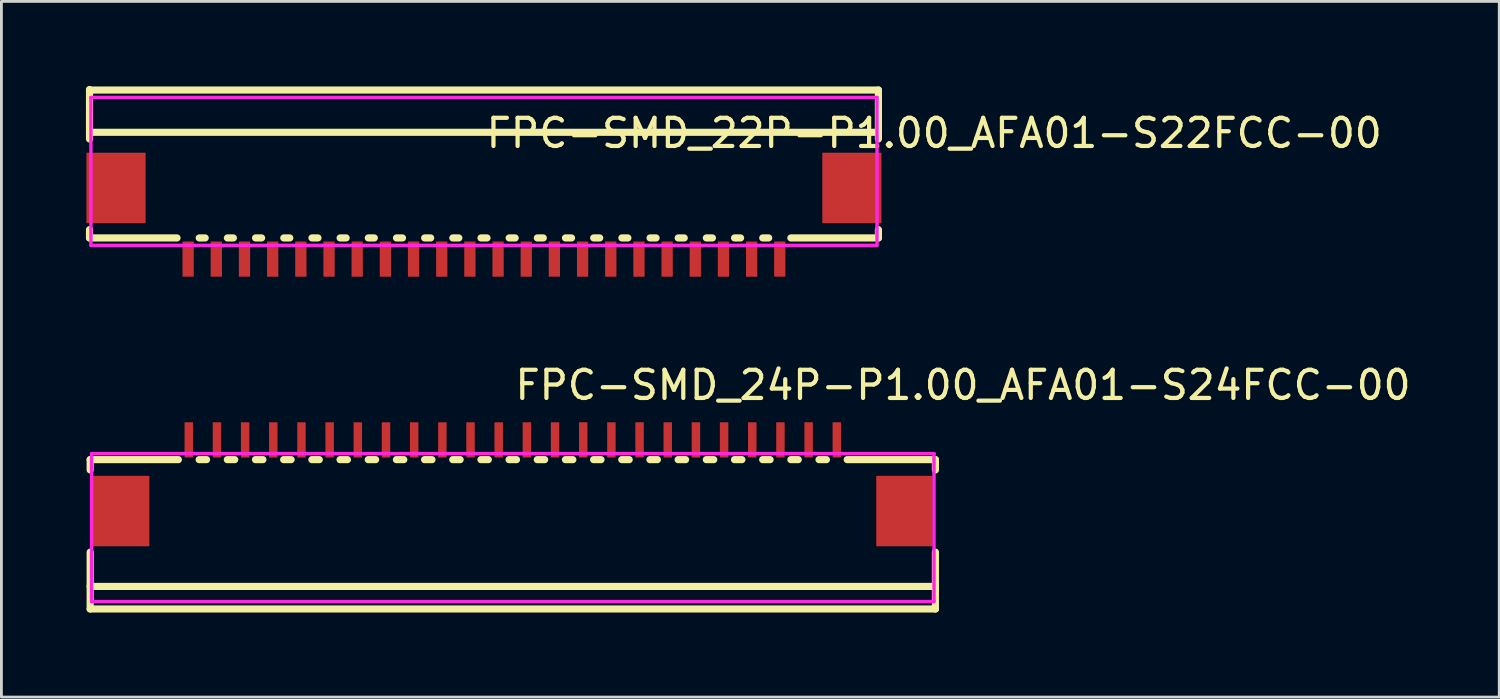
<source format=kicad_pcb>
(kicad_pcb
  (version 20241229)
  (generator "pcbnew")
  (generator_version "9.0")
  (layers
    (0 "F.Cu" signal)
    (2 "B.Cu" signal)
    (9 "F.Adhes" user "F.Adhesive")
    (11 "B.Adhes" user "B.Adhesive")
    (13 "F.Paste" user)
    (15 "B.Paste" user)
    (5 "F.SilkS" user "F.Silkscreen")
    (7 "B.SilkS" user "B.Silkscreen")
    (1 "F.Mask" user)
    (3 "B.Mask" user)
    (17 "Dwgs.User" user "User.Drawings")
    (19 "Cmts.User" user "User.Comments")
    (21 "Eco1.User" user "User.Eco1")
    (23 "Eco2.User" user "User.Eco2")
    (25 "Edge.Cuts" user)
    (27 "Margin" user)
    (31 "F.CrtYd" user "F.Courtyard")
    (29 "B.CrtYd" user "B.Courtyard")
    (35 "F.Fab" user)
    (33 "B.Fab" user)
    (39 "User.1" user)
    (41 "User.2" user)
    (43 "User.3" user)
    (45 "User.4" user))
  (footprint "FPC-SMD_22P-P1.00_AFA01-S22FCC-00"
    (layer "F.Cu")
    (at 14.127 4.883)
    (property "Reference" "FPC-SMD_22P-P1.00_AFA01-S22FCC-00" (at 0 -3.207 0) (layer "F.SilkS") (effects (font (size 1 1) (thickness 0.15)) (justify left)))
    (attr through_hole)
    (fp_line (start -14 -3.238) (end 14 -3.238) (stroke (width 0.254) (type solid)) (layer "F.SilkS"))
    (fp_line (start -14 -3) (end -14 -4.756) (stroke (width 0.254) (type solid)) (layer "F.SilkS"))
    (fp_line (start -14 0.512) (end -14 0.218) (stroke (width 0.254) (type solid)) (layer "F.SilkS"))
    (fp_line (start -10.894 0.512) (end -14 0.512) (stroke (width 0.254) (type solid)) (layer "F.SilkS"))
    (fp_line (start -9.894 0.512) (end -10.106 0.512) (stroke (width 0.254) (type solid)) (layer "F.SilkS"))
    (fp_line (start -8.894 0.512) (end -9.106 0.512) (stroke (width 0.254) (type solid)) (layer "F.SilkS"))
    (fp_line (start -7.892 0.512) (end -8.106 0.512) (stroke (width 0.254) (type solid)) (layer "F.SilkS"))
    (fp_line (start -6.892 0.512) (end -7.105 0.512) (stroke (width 0.254) (type solid)) (layer "F.SilkS"))
    (fp_line (start -5.892 0.512) (end -6.105 0.512) (stroke (width 0.254) (type solid)) (layer "F.SilkS"))
    (fp_line (start -4.892 0.512) (end -5.105 0.512) (stroke (width 0.254) (type solid)) (layer "F.SilkS"))
    (fp_line (start -3.892 0.512) (end -4.105 0.512) (stroke (width 0.254) (type solid)) (layer "F.SilkS"))
    (fp_line (start -2.892 0.512) (end -3.105 0.512) (stroke (width 0.254) (type solid)) (layer "F.SilkS"))
    (fp_line (start -1.892 0.512) (end -2.105 0.512) (stroke (width 0.254) (type solid)) (layer "F.SilkS"))
    (fp_line (start -0.892 0.512) (end -1.105 0.512) (stroke (width 0.254) (type solid)) (layer "F.SilkS"))
    (fp_line (start 0.108 0.512) (end -0.105 0.512) (stroke (width 0.254) (type solid)) (layer "F.SilkS"))
    (fp_line (start 1.108 0.512) (end 0.895 0.512) (stroke (width 0.254) (type solid)) (layer "F.SilkS"))
    (fp_line (start 2.105 0.512) (end 1.895 0.512) (stroke (width 0.254) (type solid)) (layer "F.SilkS"))
    (fp_line (start 3.108 0.512) (end 2.893 0.512) (stroke (width 0.254) (type solid)) (layer "F.SilkS"))
    (fp_line (start 4.108 0.512) (end 3.895 0.512) (stroke (width 0.254) (type solid)) (layer "F.SilkS"))
    (fp_line (start 5.108 0.512) (end 4.895 0.512) (stroke (width 0.254) (type solid)) (layer "F.SilkS"))
    (fp_line (start 6.108 0.512) (end 5.895 0.512) (stroke (width 0.254) (type solid)) (layer "F.SilkS"))
    (fp_line (start 7.108 0.512) (end 6.894 0.512) (stroke (width 0.254) (type solid)) (layer "F.SilkS"))
    (fp_line (start 8.108 0.512) (end 7.894 0.512) (stroke (width 0.254) (type solid)) (layer "F.SilkS"))
    (fp_line (start 9.108 0.512) (end 8.894 0.512) (stroke (width 0.254) (type solid)) (layer "F.SilkS"))
    (fp_line (start 10.105 0.512) (end 9.894 0.512) (stroke (width 0.254) (type solid)) (layer "F.SilkS"))
    (fp_line (start 14 -4.738) (end -14 -4.738) (stroke (width 0.254) (type solid)) (layer "F.SilkS"))
    (fp_line (start 14 -4.738) (end 14 -3) (stroke (width 0.254) (type solid)) (layer "F.SilkS"))
    (fp_line (start 14 0.218) (end 14 0.512) (stroke (width 0.254) (type solid)) (layer "F.SilkS"))
    (fp_line (start 14 0.512) (end 10.893 0.512) (stroke (width 0.254) (type solid)) (layer "F.SilkS"))
    (fp_circle (center 13.95 1.477) (end 14.05 1.477) (stroke (width 0.2) (type solid)) (fill no) (layer "Eco2.User"))
    (fp_poly (pts (xy -12.158 -0.263) (xy -13.958 -0.263) (xy -13.958 -2.263) (xy -12.158 -2.263)) (stroke (width 0.12) (type solid)) (fill no) (layer "Eco2.User"))
    (fp_poly (pts (xy -10.4 1.478) (xy -10.6 1.478) (xy -10.6 0.728) (xy -10.4 0.728)) (stroke (width 0.12) (type solid)) (fill no) (layer "Eco2.User"))
    (fp_poly (pts (xy -9.4 1.478) (xy -9.6 1.478) (xy -9.6 0.728) (xy -9.4 0.728)) (stroke (width 0.12) (type solid)) (fill no) (layer "Eco2.User"))
    (fp_poly (pts (xy -8.4 1.478) (xy -8.6 1.478) (xy -8.6 0.728) (xy -8.4 0.728)) (stroke (width 0.12) (type solid)) (fill no) (layer "Eco2.User"))
    (fp_poly (pts (xy -7.399 1.479) (xy -7.599 1.479) (xy -7.599 0.729) (xy -7.399 0.729)) (stroke (width 0.12) (type solid)) (fill no) (layer "Eco2.User"))
    (fp_poly (pts (xy -6.399 1.479) (xy -6.599 1.479) (xy -6.599 0.729) (xy -6.399 0.729)) (stroke (width 0.12) (type solid)) (fill no) (layer "Eco2.User"))
    (fp_poly (pts (xy -5.399 1.479) (xy -5.599 1.479) (xy -5.599 0.729) (xy -5.399 0.729)) (stroke (width 0.12) (type solid)) (fill no) (layer "Eco2.User"))
    (fp_poly (pts (xy -4.399 1.479) (xy -4.599 1.479) (xy -4.599 0.729) (xy -4.399 0.729)) (stroke (width 0.12) (type solid)) (fill no) (layer "Eco2.User"))
    (fp_poly (pts (xy -3.399 1.479) (xy -3.599 1.479) (xy -3.599 0.729) (xy -3.399 0.729)) (stroke (width 0.12) (type solid)) (fill no) (layer "Eco2.User"))
    (fp_poly (pts (xy -2.399 1.479) (xy -2.599 1.479) (xy -2.599 0.729) (xy -2.399 0.729)) (stroke (width 0.12) (type solid)) (fill no) (layer "Eco2.User"))
    (fp_poly (pts (xy -1.399 1.479) (xy -1.599 1.479) (xy -1.599 0.729) (xy -1.399 0.729)) (stroke (width 0.12) (type solid)) (fill no) (layer "Eco2.User"))
    (fp_poly (pts (xy -0.399 1.479) (xy -0.599 1.479) (xy -0.599 0.729) (xy -0.399 0.729)) (stroke (width 0.12) (type solid)) (fill no) (layer "Eco2.User"))
    (fp_poly (pts (xy 0.601 1.479) (xy 0.401 1.479) (xy 0.401 0.729) (xy 0.601 0.729)) (stroke (width 0.12) (type solid)) (fill no) (layer "Eco2.User"))
    (fp_poly (pts (xy 1.601 1.479) (xy 1.401 1.479) (xy 1.401 0.729) (xy 1.601 0.729)) (stroke (width 0.12) (type solid)) (fill no) (layer "Eco2.User"))
    (fp_poly (pts (xy 2.599 1.477) (xy 2.399 1.477) (xy 2.399 0.727) (xy 2.599 0.727)) (stroke (width 0.12) (type solid)) (fill no) (layer "Eco2.User"))
    (fp_poly (pts (xy 3.601 1.479) (xy 3.401 1.479) (xy 3.401 0.729) (xy 3.601 0.729)) (stroke (width 0.12) (type solid)) (fill no) (layer "Eco2.User"))
    (fp_poly (pts (xy 4.601 1.479) (xy 4.401 1.479) (xy 4.401 0.729) (xy 4.601 0.729)) (stroke (width 0.12) (type solid)) (fill no) (layer "Eco2.User"))
    (fp_poly (pts (xy 5.601 1.479) (xy 5.401 1.479) (xy 5.401 0.729) (xy 5.601 0.729)) (stroke (width 0.12) (type solid)) (fill no) (layer "Eco2.User"))
    (fp_poly (pts (xy 6.601 1.479) (xy 6.401 1.479) (xy 6.401 0.729) (xy 6.601 0.729)) (stroke (width 0.12) (type solid)) (fill no) (layer "Eco2.User"))
    (fp_poly (pts (xy 7.601 1.479) (xy 7.401 1.479) (xy 7.401 0.729) (xy 7.601 0.729)) (stroke (width 0.12) (type solid)) (fill no) (layer "Eco2.User"))
    (fp_poly (pts (xy 8.601 1.479) (xy 8.401 1.479) (xy 8.401 0.729) (xy 8.601 0.729)) (stroke (width 0.12) (type solid)) (fill no) (layer "Eco2.User"))
    (fp_poly (pts (xy 9.601 1.479) (xy 9.401 1.479) (xy 9.401 0.729) (xy 9.601 0.729)) (stroke (width 0.12) (type solid)) (fill no) (layer "Eco2.User"))
    (fp_poly (pts (xy 10.599 1.477) (xy 10.399 1.477) (xy 10.399 0.727) (xy 10.599 0.727)) (stroke (width 0.12) (type solid)) (fill no) (layer "Eco2.User"))
    (fp_poly (pts (xy 13.958 -0.263) (xy 12.158 -0.263) (xy 12.158 -2.263) (xy 13.958 -2.263)) (stroke (width 0.12) (type solid)) (fill no) (layer "Eco2.User"))
    (fp_line (start -13.95 -4.475) (end 13.95 -4.475) (stroke (width 0.12) (type solid)) (layer "F.CrtYd"))
    (fp_line (start -13.95 0.775) (end -13.95 -4.475) (stroke (width 0.12) (type solid)) (layer "F.CrtYd"))
    (fp_line (start 13.95 -4.475) (end 13.95 0.775) (stroke (width 0.12) (type solid)) (layer "F.CrtYd"))
    (fp_line (start 13.95 0.775) (end -13.95 0.775) (stroke (width 0.12) (type solid)) (layer "F.CrtYd"))
    (pad "1" smd rect (at 10.499 1.261 180) (size 0.4 1.25) (layers "F.Cu" "F.Mask" "F.Paste"))
    (pad "2" smd rect (at 9.501 1.263 180) (size 0.4 1.25) (layers "F.Cu" "F.Mask" "F.Paste"))
    (pad "3" smd rect (at 8.501 1.263 180) (size 0.4 1.25) (layers "F.Cu" "F.Mask" "F.Paste"))
    (pad "4" smd rect (at 7.501 1.263 180) (size 0.4 1.25) (layers "F.Cu" "F.Mask" "F.Paste"))
    (pad "5" smd rect (at 6.501 1.263 180) (size 0.4 1.25) (layers "F.Cu" "F.Mask" "F.Paste"))
    (pad "6" smd rect (at 5.501 1.263 180) (size 0.4 1.25) (layers "F.Cu" "F.Mask" "F.Paste"))
    (pad "7" smd rect (at 4.501 1.263 180) (size 0.4 1.25) (layers "F.Cu" "F.Mask" "F.Paste"))
    (pad "8" smd rect (at 3.501 1.263 180) (size 0.4 1.25) (layers "F.Cu" "F.Mask" "F.Paste"))
    (pad "9" smd rect (at 2.499 1.261 180) (size 0.4 1.25) (layers "F.Cu" "F.Mask" "F.Paste"))
    (pad "10" smd rect (at 1.501 1.263 180) (size 0.4 1.25) (layers "F.Cu" "F.Mask" "F.Paste"))
    (pad "11" smd rect (at 0.501 1.263 180) (size 0.4 1.25) (layers "F.Cu" "F.Mask" "F.Paste"))
    (pad "12" smd rect (at -0.499 1.263 180) (size 0.4 1.25) (layers "F.Cu" "F.Mask" "F.Paste"))
    (pad "13" smd rect (at -1.499 1.263 180) (size 0.4 1.25) (layers "F.Cu" "F.Mask" "F.Paste"))
    (pad "14" smd rect (at -2.499 1.263 180) (size 0.4 1.25) (layers "F.Cu" "F.Mask" "F.Paste"))
    (pad "15" smd rect (at -3.499 1.263 180) (size 0.4 1.25) (layers "F.Cu" "F.Mask" "F.Paste"))
    (pad "16" smd rect (at -4.499 1.263 180) (size 0.4 1.25) (layers "F.Cu" "F.Mask" "F.Paste"))
    (pad "17" smd rect (at -5.499 1.263 180) (size 0.4 1.25) (layers "F.Cu" "F.Mask" "F.Paste"))
    (pad "18" smd rect (at -6.499 1.263 180) (size 0.4 1.25) (layers "F.Cu" "F.Mask" "F.Paste"))
    (pad "19" smd rect (at -7.499 1.263 180) (size 0.4 1.25) (layers "F.Cu" "F.Mask" "F.Paste"))
    (pad "20" smd rect (at -8.5 1.262 180) (size 0.4 1.25) (layers "F.Cu" "F.Mask" "F.Paste"))
    (pad "21" smd rect (at -9.5 1.262 180) (size 0.4 1.25) (layers "F.Cu" "F.Mask" "F.Paste"))
    (pad "22" smd rect (at -10.5 1.262 180) (size 0.4 1.25) (layers "F.Cu" "F.Mask" "F.Paste"))
    (pad "23" smd rect (at -13.058 -1.263 180) (size 2.1 2.5) (layers "F.Cu" "F.Mask" "F.Paste"))
    (pad "24" smd rect (at 13.058 -1.263 180) (size 2.1 2.5) (layers "F.Cu" "F.Mask" "F.Paste")))
  (footprint "FPC-SMD_24P-P1.00_AFA01-S24FCC-00"
    (layer "F.Cu")
    (at 15.15 13.826)
    (property "Reference" "FPC-SMD_24P-P1.00_AFA01-S24FCC-00" (at 0 -3.207 0) (layer "F.SilkS") (effects (font (size 1 1) (thickness 0.15)) (justify left)))
    (attr through_hole)
    (fp_line (start -15 -0.562) (end -11.869 -0.562) (stroke (width 0.254) (type solid)) (layer "F.SilkS"))
    (fp_line (start -15 -0.196) (end -15 -0.562) (stroke (width 0.254) (type solid)) (layer "F.SilkS"))
    (fp_line (start -15 4.738) (end -15 2.721) (stroke (width 0.254) (type solid)) (layer "F.SilkS"))
    (fp_line (start -11.131 -0.562) (end -10.869 -0.562) (stroke (width 0.254) (type solid)) (layer "F.SilkS"))
    (fp_line (start -10.132 -0.562) (end -9.869 -0.562) (stroke (width 0.254) (type solid)) (layer "F.SilkS"))
    (fp_line (start -9.132 -0.562) (end -8.869 -0.562) (stroke (width 0.254) (type solid)) (layer "F.SilkS"))
    (fp_line (start -8.132 -0.562) (end -7.868 -0.562) (stroke (width 0.254) (type solid)) (layer "F.SilkS"))
    (fp_line (start -7.131 -0.562) (end -6.868 -0.562) (stroke (width 0.254) (type solid)) (layer "F.SilkS"))
    (fp_line (start -6.131 -0.562) (end -5.868 -0.562) (stroke (width 0.254) (type solid)) (layer "F.SilkS"))
    (fp_line (start -5.131 -0.562) (end -4.868 -0.562) (stroke (width 0.254) (type solid)) (layer "F.SilkS"))
    (fp_line (start -4.131 -0.562) (end -3.868 -0.562) (stroke (width 0.254) (type solid)) (layer "F.SilkS"))
    (fp_line (start -3.131 -0.562) (end -2.868 -0.562) (stroke (width 0.254) (type solid)) (layer "F.SilkS"))
    (fp_line (start -2.131 -0.562) (end -1.869 -0.562) (stroke (width 0.254) (type solid)) (layer "F.SilkS"))
    (fp_line (start -1.131 -0.562) (end -0.869 -0.562) (stroke (width 0.254) (type solid)) (layer "F.SilkS"))
    (fp_line (start -0.131 -0.562) (end 0.131 -0.562) (stroke (width 0.254) (type solid)) (layer "F.SilkS"))
    (fp_line (start 0.869 -0.562) (end 1.131 -0.562) (stroke (width 0.254) (type solid)) (layer "F.SilkS"))
    (fp_line (start 1.869 -0.562) (end 2.131 -0.562) (stroke (width 0.254) (type solid)) (layer "F.SilkS"))
    (fp_line (start 2.868 -0.562) (end 3.131 -0.562) (stroke (width 0.254) (type solid)) (layer "F.SilkS"))
    (fp_line (start 3.868 -0.562) (end 4.131 -0.562) (stroke (width 0.254) (type solid)) (layer "F.SilkS"))
    (fp_line (start 4.868 -0.562) (end 5.132 -0.562) (stroke (width 0.254) (type solid)) (layer "F.SilkS"))
    (fp_line (start 5.869 -0.562) (end 6.132 -0.562) (stroke (width 0.254) (type solid)) (layer "F.SilkS"))
    (fp_line (start 6.869 -0.562) (end 7.132 -0.562) (stroke (width 0.254) (type solid)) (layer "F.SilkS"))
    (fp_line (start 7.869 -0.562) (end 8.132 -0.562) (stroke (width 0.254) (type solid)) (layer "F.SilkS"))
    (fp_line (start 8.869 -0.562) (end 9.132 -0.562) (stroke (width 0.254) (type solid)) (layer "F.SilkS"))
    (fp_line (start 9.869 -0.562) (end 10.132 -0.562) (stroke (width 0.254) (type solid)) (layer "F.SilkS"))
    (fp_line (start 10.869 -0.562) (end 11.131 -0.562) (stroke (width 0.254) (type solid)) (layer "F.SilkS"))
    (fp_line (start 11.869 -0.562) (end 15 -0.562) (stroke (width 0.254) (type solid)) (layer "F.SilkS"))
    (fp_line (start 15 -0.562) (end 15 -0.196) (stroke (width 0.254) (type solid)) (layer "F.SilkS"))
    (fp_line (start 15 2.721) (end 15 4.738) (stroke (width 0.254) (type solid)) (layer "F.SilkS"))
    (fp_line (start 15 3.938) (end -15 3.938) (stroke (width 0.254) (type solid)) (layer "F.SilkS"))
    (fp_line (start 15 4.738) (end -15 4.738) (stroke (width 0.254) (type solid)) (layer "F.SilkS"))
    (fp_circle (center -14.95 -1.475) (end -14.85 -1.475) (stroke (width 0.2) (type solid)) (fill no) (layer "Eco2.User"))
    (fp_poly (pts (xy -13 2.263) (xy -14.8 2.263) (xy -14.8 0.263) (xy -13 0.263)) (stroke (width 0.12) (type solid)) (fill no) (layer "Eco2.User"))
    (fp_poly (pts (xy -11.4 -1.475) (xy -11.4 -0.725) (xy -11.6 -0.725) (xy -11.6 -1.475)) (stroke (width 0.12) (type solid)) (fill no) (layer "Eco2.User"))
    (fp_poly (pts (xy -10.4 -1.475) (xy -10.4 -0.725) (xy -10.6 -0.725) (xy -10.6 -1.475)) (stroke (width 0.12) (type solid)) (fill no) (layer "Eco2.User"))
    (fp_poly (pts (xy -9.4 -1.475) (xy -9.4 -0.725) (xy -9.6 -0.725) (xy -9.6 -1.475)) (stroke (width 0.12) (type solid)) (fill no) (layer "Eco2.User"))
    (fp_poly (pts (xy -8.4 -1.475) (xy -8.4 -0.725) (xy -8.6 -0.725) (xy -8.6 -1.475)) (stroke (width 0.12) (type solid)) (fill no) (layer "Eco2.User"))
    (fp_poly (pts (xy -7.4 -1.475) (xy -7.4 -0.725) (xy -7.6 -0.725) (xy -7.6 -1.475)) (stroke (width 0.12) (type solid)) (fill no) (layer "Eco2.User"))
    (fp_poly (pts (xy -6.4 -1.475) (xy -6.4 -0.725) (xy -6.6 -0.725) (xy -6.6 -1.475)) (stroke (width 0.12) (type solid)) (fill no) (layer "Eco2.User"))
    (fp_poly (pts (xy -5.4 -1.475) (xy -5.4 -0.725) (xy -5.6 -0.725) (xy -5.6 -1.475)) (stroke (width 0.12) (type solid)) (fill no) (layer "Eco2.User"))
    (fp_poly (pts (xy -4.4 -1.475) (xy -4.4 -0.725) (xy -4.6 -0.725) (xy -4.6 -1.475)) (stroke (width 0.12) (type solid)) (fill no) (layer "Eco2.User"))
    (fp_poly (pts (xy -3.4 -1.475) (xy -3.4 -0.725) (xy -3.6 -0.725) (xy -3.6 -1.475)) (stroke (width 0.12) (type solid)) (fill no) (layer "Eco2.User"))
    (fp_poly (pts (xy -2.4 -1.475) (xy -2.4 -0.725) (xy -2.6 -0.725) (xy -2.6 -1.475)) (stroke (width 0.12) (type solid)) (fill no) (layer "Eco2.User"))
    (fp_poly (pts (xy -1.4 -1.475) (xy -1.4 -0.725) (xy -1.6 -0.725) (xy -1.6 -1.475)) (stroke (width 0.12) (type solid)) (fill no) (layer "Eco2.User"))
    (fp_poly (pts (xy -0.4 -1.475) (xy -0.4 -0.725) (xy -0.6 -0.725) (xy -0.6 -1.475)) (stroke (width 0.12) (type solid)) (fill no) (layer "Eco2.User"))
    (fp_poly (pts (xy 0.6 -1.475) (xy 0.6 -0.725) (xy 0.4 -0.725) (xy 0.4 -1.475)) (stroke (width 0.12) (type solid)) (fill no) (layer "Eco2.User"))
    (fp_poly (pts (xy 1.6 -1.475) (xy 1.6 -0.725) (xy 1.4 -0.725) (xy 1.4 -1.475)) (stroke (width 0.12) (type solid)) (fill no) (layer "Eco2.User"))
    (fp_poly (pts (xy 2.6 -1.475) (xy 2.6 -0.725) (xy 2.4 -0.725) (xy 2.4 -1.475)) (stroke (width 0.12) (type solid)) (fill no) (layer "Eco2.User"))
    (fp_poly (pts (xy 3.6 -1.475) (xy 3.6 -0.725) (xy 3.4 -0.725) (xy 3.4 -1.475)) (stroke (width 0.12) (type solid)) (fill no) (layer "Eco2.User"))
    (fp_poly (pts (xy 4.6 -1.475) (xy 4.6 -0.725) (xy 4.4 -0.725) (xy 4.4 -1.475)) (stroke (width 0.12) (type solid)) (fill no) (layer "Eco2.User"))
    (fp_poly (pts (xy 5.6 -1.475) (xy 5.6 -0.725) (xy 5.4 -0.725) (xy 5.4 -1.475)) (stroke (width 0.12) (type solid)) (fill no) (layer "Eco2.User"))
    (fp_poly (pts (xy 6.6 -1.475) (xy 6.6 -0.725) (xy 6.4 -0.725) (xy 6.4 -1.475)) (stroke (width 0.12) (type solid)) (fill no) (layer "Eco2.User"))
    (fp_poly (pts (xy 7.6 -1.475) (xy 7.6 -0.725) (xy 7.4 -0.725) (xy 7.4 -1.475)) (stroke (width 0.12) (type solid)) (fill no) (layer "Eco2.User"))
    (fp_poly (pts (xy 8.6 -1.475) (xy 8.6 -0.725) (xy 8.4 -0.725) (xy 8.4 -1.475)) (stroke (width 0.12) (type solid)) (fill no) (layer "Eco2.User"))
    (fp_poly (pts (xy 9.6 -1.475) (xy 9.6 -0.725) (xy 9.4 -0.725) (xy 9.4 -1.475)) (stroke (width 0.12) (type solid)) (fill no) (layer "Eco2.User"))
    (fp_poly (pts (xy 10.6 -1.475) (xy 10.6 -0.725) (xy 10.4 -0.725) (xy 10.4 -1.475)) (stroke (width 0.12) (type solid)) (fill no) (layer "Eco2.User"))
    (fp_poly (pts (xy 11.6 -1.475) (xy 11.6 -0.725) (xy 11.4 -0.725) (xy 11.4 -1.475)) (stroke (width 0.12) (type solid)) (fill no) (layer "Eco2.User"))
    (fp_poly (pts (xy 14.8 2.263) (xy 13 2.263) (xy 13 0.263) (xy 14.8 0.263)) (stroke (width 0.12) (type solid)) (fill no) (layer "Eco2.User"))
    (fp_line (start -14.95 -0.775) (end 14.95 -0.775) (stroke (width 0.12) (type solid)) (layer "F.CrtYd"))
    (fp_line (start -14.95 4.475) (end -14.95 -0.775) (stroke (width 0.12) (type solid)) (layer "F.CrtYd"))
    (fp_line (start 14.95 -0.775) (end 14.95 4.475) (stroke (width 0.12) (type solid)) (layer "F.CrtYd"))
    (fp_line (start 14.95 4.475) (end -14.95 4.475) (stroke (width 0.12) (type solid)) (layer "F.CrtYd"))
    (pad "1" smd rect (at -11.5 -1.263 90) (size 1.25 0.3) (layers "F.Cu" "F.Mask" "F.Paste"))
    (pad "2" smd rect (at -10.5 -1.263 90) (size 1.25 0.3) (layers "F.Cu" "F.Mask" "F.Paste"))
    (pad "3" smd rect (at -9.5 -1.263 90) (size 1.25 0.3) (layers "F.Cu" "F.Mask" "F.Paste"))
    (pad "4" smd rect (at -8.5 -1.263 90) (size 1.25 0.3) (layers "F.Cu" "F.Mask" "F.Paste"))
    (pad "5" smd rect (at -7.5 -1.263 90) (size 1.25 0.3) (layers "F.Cu" "F.Mask" "F.Paste"))
    (pad "6" smd rect (at -6.5 -1.263 90) (size 1.25 0.3) (layers "F.Cu" "F.Mask" "F.Paste"))
    (pad "7" smd rect (at -5.5 -1.263 90) (size 1.25 0.3) (layers "F.Cu" "F.Mask" "F.Paste"))
    (pad "8" smd rect (at -4.5 -1.263 90) (size 1.25 0.3) (layers "F.Cu" "F.Mask" "F.Paste"))
    (pad "9" smd rect (at -3.5 -1.263 90) (size 1.25 0.3) (layers "F.Cu" "F.Mask" "F.Paste"))
    (pad "10" smd rect (at -2.5 -1.263 90) (size 1.25 0.3) (layers "F.Cu" "F.Mask" "F.Paste"))
    (pad "11" smd rect (at -1.5 -1.263 90) (size 1.25 0.3) (layers "F.Cu" "F.Mask" "F.Paste"))
    (pad "12" smd rect (at -0.5 -1.263 90) (size 1.25 0.3) (layers "F.Cu" "F.Mask" "F.Paste"))
    (pad "13" smd rect (at 0.5 -1.263 90) (size 1.25 0.3) (layers "F.Cu" "F.Mask" "F.Paste"))
    (pad "14" smd rect (at 1.5 -1.263 90) (size 1.25 0.3) (layers "F.Cu" "F.Mask" "F.Paste"))
    (pad "15" smd rect (at 2.5 -1.263 90) (size 1.25 0.3) (layers "F.Cu" "F.Mask" "F.Paste"))
    (pad "16" smd rect (at 3.5 -1.263 90) (size 1.25 0.3) (layers "F.Cu" "F.Mask" "F.Paste"))
    (pad "17" smd rect (at 4.5 -1.263 90) (size 1.25 0.3) (layers "F.Cu" "F.Mask" "F.Paste"))
    (pad "18" smd rect (at 5.5 -1.263 90) (size 1.25 0.3) (layers "F.Cu" "F.Mask" "F.Paste"))
    (pad "19" smd rect (at 6.5 -1.263 90) (size 1.25 0.3) (layers "F.Cu" "F.Mask" "F.Paste"))
    (pad "20" smd rect (at 7.5 -1.263 90) (size 1.25 0.3) (layers "F.Cu" "F.Mask" "F.Paste"))
    (pad "21" smd rect (at 8.5 -1.263 90) (size 1.25 0.3) (layers "F.Cu" "F.Mask" "F.Paste"))
    (pad "22" smd rect (at 9.5 -1.263 90) (size 1.25 0.3) (layers "F.Cu" "F.Mask" "F.Paste"))
    (pad "23" smd rect (at 10.5 -1.263 90) (size 1.25 0.3) (layers "F.Cu" "F.Mask" "F.Paste"))
    (pad "24" smd rect (at 11.5 -1.263 90) (size 1.25 0.3) (layers "F.Cu" "F.Mask" "F.Paste"))
    (pad "25" smd rect (at 13.9 1.263 180) (size 2 2.5) (layers "F.Cu" "F.Mask" "F.Paste"))
    (pad "26" smd rect (at -13.9 1.263 180) (size 2 2.5) (layers "F.Cu" "F.Mask" "F.Paste")))
  (gr_rect
    (start -3 -3)
    (end 50.162 21.691)
    (stroke (width 0.1) (type default))
    (fill no)
    (layer "Edge.Cuts")))
</source>
